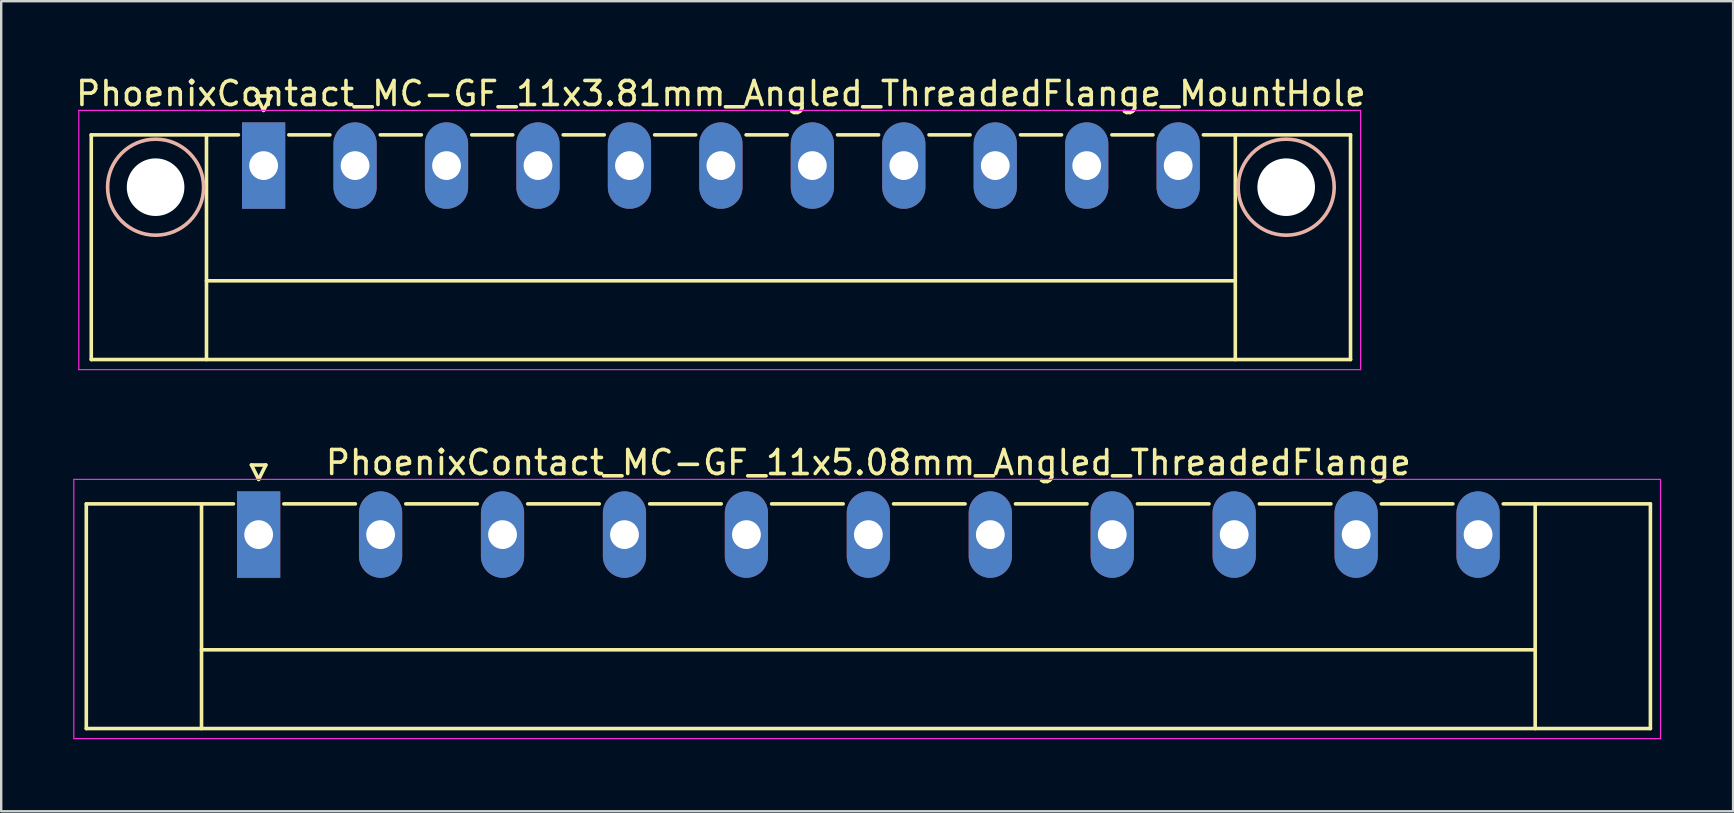
<source format=kicad_pcb>
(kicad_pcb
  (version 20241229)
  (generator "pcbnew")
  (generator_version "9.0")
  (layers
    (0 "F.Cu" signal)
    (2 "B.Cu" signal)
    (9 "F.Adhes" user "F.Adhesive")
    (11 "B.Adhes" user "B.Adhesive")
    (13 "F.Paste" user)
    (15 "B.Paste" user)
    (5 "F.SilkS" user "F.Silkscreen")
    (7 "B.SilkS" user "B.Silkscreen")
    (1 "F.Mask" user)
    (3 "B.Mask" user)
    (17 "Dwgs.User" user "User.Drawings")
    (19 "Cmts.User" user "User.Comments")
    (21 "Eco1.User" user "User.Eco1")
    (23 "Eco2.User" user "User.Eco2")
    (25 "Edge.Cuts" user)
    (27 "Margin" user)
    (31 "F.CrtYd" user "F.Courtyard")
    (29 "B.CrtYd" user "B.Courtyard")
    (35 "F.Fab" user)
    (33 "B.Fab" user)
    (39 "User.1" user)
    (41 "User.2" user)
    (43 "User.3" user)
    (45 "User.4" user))
  (footprint "PhoenixContact_MC-GF_11x3.81mm_Angled_ThreadedFlange_MountHole"
    (layer "F.Cu")
    (at 7.932 3.848)
    (property "Reference" "PhoenixContact_MC-GF_11x3.81mm_Angled_ThreadedFlange_MountHole" (at 19.05 -3 0) (layer "F.SilkS") (effects (font (size 1 1) (thickness 0.15))))
    (attr through_hole)
    (fp_line (start -7.18 -1.28) (end -7.18 8.08) (stroke (width 0.15) (type solid)) (layer "F.SilkS"))
    (fp_line (start -7.18 -1.28) (end -1.05 -1.28) (stroke (width 0.15) (type solid)) (layer "F.SilkS"))
    (fp_line (start -7.18 8.08) (end 45.28 8.08) (stroke (width 0.15) (type solid)) (layer "F.SilkS"))
    (fp_line (start -2.38 -1.28) (end -2.38 8.08) (stroke (width 0.15) (type solid)) (layer "F.SilkS"))
    (fp_line (start -2.38 4.8) (end 40.48 4.8) (stroke (width 0.15) (type solid)) (layer "F.SilkS"))
    (fp_line (start -0.3 -2.9) (end 0 -2.3) (stroke (width 0.15) (type solid)) (layer "F.SilkS"))
    (fp_line (start 0 -2.3) (end 0.3 -2.9) (stroke (width 0.15) (type solid)) (layer "F.SilkS"))
    (fp_line (start 0.3 -2.9) (end -0.3 -2.9) (stroke (width 0.15) (type solid)) (layer "F.SilkS"))
    (fp_line (start 1.05 -1.28) (end 2.76 -1.28) (stroke (width 0.15) (type solid)) (layer "F.SilkS"))
    (fp_line (start 4.86 -1.28) (end 6.57 -1.28) (stroke (width 0.15) (type solid)) (layer "F.SilkS"))
    (fp_line (start 8.67 -1.28) (end 10.38 -1.28) (stroke (width 0.15) (type solid)) (layer "F.SilkS"))
    (fp_line (start 12.48 -1.28) (end 14.19 -1.28) (stroke (width 0.15) (type solid)) (layer "F.SilkS"))
    (fp_line (start 16.29 -1.28) (end 18 -1.28) (stroke (width 0.15) (type solid)) (layer "F.SilkS"))
    (fp_line (start 20.1 -1.28) (end 21.81 -1.28) (stroke (width 0.15) (type solid)) (layer "F.SilkS"))
    (fp_line (start 23.91 -1.28) (end 25.62 -1.28) (stroke (width 0.15) (type solid)) (layer "F.SilkS"))
    (fp_line (start 27.72 -1.28) (end 29.43 -1.28) (stroke (width 0.15) (type solid)) (layer "F.SilkS"))
    (fp_line (start 31.53 -1.28) (end 33.24 -1.28) (stroke (width 0.15) (type solid)) (layer "F.SilkS"))
    (fp_line (start 35.34 -1.28) (end 37.05 -1.28) (stroke (width 0.15) (type solid)) (layer "F.SilkS"))
    (fp_line (start 40.48 -1.28) (end 40.48 8.08) (stroke (width 0.15) (type solid)) (layer "F.SilkS"))
    (fp_line (start 45.28 -1.28) (end 39.15 -1.28) (stroke (width 0.15) (type solid)) (layer "F.SilkS"))
    (fp_line (start 45.28 8.08) (end 45.28 -1.28) (stroke (width 0.15) (type solid)) (layer "F.SilkS"))
    (fp_circle (center -4.5 0.9) (end -2.5 0.9) (stroke (width 0.15) (type solid)) (fill no) (layer "B.SilkS"))
    (fp_circle (center 42.6 0.9) (end 44.6 0.9) (stroke (width 0.15) (type solid)) (fill no) (layer "B.SilkS"))
    (fp_line (start -7.7 -2.3) (end -7.7 8.5) (stroke (width 0.05) (type solid)) (layer "F.CrtYd"))
    (fp_line (start -7.7 8.5) (end 45.7 8.5) (stroke (width 0.05) (type solid)) (layer "F.CrtYd"))
    (fp_line (start 45.7 -2.3) (end -7.7 -2.3) (stroke (width 0.05) (type solid)) (layer "F.CrtYd"))
    (fp_line (start 45.7 8.5) (end 45.7 -2.3) (stroke (width 0.05) (type solid)) (layer "F.CrtYd"))
    (pad "" np_thru_hole circle (at -4.5 0.9) (size 2.4 2.4) (drill 2.4) (layers "*.Cu" "*.Mask"))
    (pad "" np_thru_hole circle (at 42.6 0.9) (size 2.4 2.4) (drill 2.4) (layers "*.Cu" "*.Mask"))
    (pad "1" thru_hole rect (at 0 0) (size 1.8 3.6) (drill 1.2) (layers "*.Cu" "*.Mask"))
    (pad "2" thru_hole oval (at 3.81 0) (size 1.8 3.6) (drill 1.2) (layers "*.Cu" "*.Mask"))
    (pad "3" thru_hole oval (at 7.62 0) (size 1.8 3.6) (drill 1.2) (layers "*.Cu" "*.Mask"))
    (pad "4" thru_hole oval (at 11.43 0) (size 1.8 3.6) (drill 1.2) (layers "*.Cu" "*.Mask"))
    (pad "5" thru_hole oval (at 15.24 0) (size 1.8 3.6) (drill 1.2) (layers "*.Cu" "*.Mask"))
    (pad "6" thru_hole oval (at 19.05 0) (size 1.8 3.6) (drill 1.2) (layers "*.Cu" "*.Mask"))
    (pad "7" thru_hole oval (at 22.86 0) (size 1.8 3.6) (drill 1.2) (layers "*.Cu" "*.Mask"))
    (pad "8" thru_hole oval (at 26.67 0) (size 1.8 3.6) (drill 1.2) (layers "*.Cu" "*.Mask"))
    (pad "9" thru_hole oval (at 30.48 0) (size 1.8 3.6) (drill 1.2) (layers "*.Cu" "*.Mask"))
    (pad "10" thru_hole oval (at 34.29 0) (size 1.8 3.6) (drill 1.2) (layers "*.Cu" "*.Mask"))
    (pad "11" thru_hole oval (at 38.1 0) (size 1.8 3.6) (drill 1.2) (layers "*.Cu" "*.Mask")))
  (footprint "PhoenixContact_MC-GF_11x5.08mm_Angled_ThreadedFlange"
    (layer "F.Cu")
    (at 7.725 19.221)
    (property "Reference" "PhoenixContact_MC-GF_11x5.08mm_Angled_ThreadedFlange" (at 25.4 -3 0) (layer "F.SilkS") (effects (font (size 1 1) (thickness 0.15))))
    (attr through_hole)
    (fp_line (start -7.18 -1.28) (end -7.18 8.08) (stroke (width 0.15) (type solid)) (layer "F.SilkS"))
    (fp_line (start -7.18 -1.28) (end -1.05 -1.28) (stroke (width 0.15) (type solid)) (layer "F.SilkS"))
    (fp_line (start -7.18 8.08) (end 57.98 8.08) (stroke (width 0.15) (type solid)) (layer "F.SilkS"))
    (fp_line (start -2.38 -1.28) (end -2.38 8.08) (stroke (width 0.15) (type solid)) (layer "F.SilkS"))
    (fp_line (start -2.38 4.8) (end 53.18 4.8) (stroke (width 0.15) (type solid)) (layer "F.SilkS"))
    (fp_line (start -0.3 -2.9) (end 0 -2.3) (stroke (width 0.15) (type solid)) (layer "F.SilkS"))
    (fp_line (start 0 -2.3) (end 0.3 -2.9) (stroke (width 0.15) (type solid)) (layer "F.SilkS"))
    (fp_line (start 0.3 -2.9) (end -0.3 -2.9) (stroke (width 0.15) (type solid)) (layer "F.SilkS"))
    (fp_line (start 1.05 -1.28) (end 4.03 -1.28) (stroke (width 0.15) (type solid)) (layer "F.SilkS"))
    (fp_line (start 6.13 -1.28) (end 9.11 -1.28) (stroke (width 0.15) (type solid)) (layer "F.SilkS"))
    (fp_line (start 11.21 -1.28) (end 14.19 -1.28) (stroke (width 0.15) (type solid)) (layer "F.SilkS"))
    (fp_line (start 16.29 -1.28) (end 19.27 -1.28) (stroke (width 0.15) (type solid)) (layer "F.SilkS"))
    (fp_line (start 21.37 -1.28) (end 24.35 -1.28) (stroke (width 0.15) (type solid)) (layer "F.SilkS"))
    (fp_line (start 26.45 -1.28) (end 29.43 -1.28) (stroke (width 0.15) (type solid)) (layer "F.SilkS"))
    (fp_line (start 31.53 -1.28) (end 34.51 -1.28) (stroke (width 0.15) (type solid)) (layer "F.SilkS"))
    (fp_line (start 36.61 -1.28) (end 39.59 -1.28) (stroke (width 0.15) (type solid)) (layer "F.SilkS"))
    (fp_line (start 41.69 -1.28) (end 44.67 -1.28) (stroke (width 0.15) (type solid)) (layer "F.SilkS"))
    (fp_line (start 46.77 -1.28) (end 49.75 -1.28) (stroke (width 0.15) (type solid)) (layer "F.SilkS"))
    (fp_line (start 53.18 -1.28) (end 53.18 8.08) (stroke (width 0.15) (type solid)) (layer "F.SilkS"))
    (fp_line (start 57.98 -1.28) (end 51.85 -1.28) (stroke (width 0.15) (type solid)) (layer "F.SilkS"))
    (fp_line (start 57.98 8.08) (end 57.98 -1.28) (stroke (width 0.15) (type solid)) (layer "F.SilkS"))
    (fp_line (start -7.7 -2.3) (end -7.7 8.5) (stroke (width 0.05) (type solid)) (layer "F.CrtYd"))
    (fp_line (start -7.7 8.5) (end 58.4 8.5) (stroke (width 0.05) (type solid)) (layer "F.CrtYd"))
    (fp_line (start 58.4 -2.3) (end -7.7 -2.3) (stroke (width 0.05) (type solid)) (layer "F.CrtYd"))
    (fp_line (start 58.4 8.5) (end 58.4 -2.3) (stroke (width 0.05) (type solid)) (layer "F.CrtYd"))
    (pad "1" thru_hole rect (at 0 0) (size 1.8 3.6) (drill 1.2) (layers "*.Cu" "*.Mask"))
    (pad "2" thru_hole oval (at 5.08 0) (size 1.8 3.6) (drill 1.2) (layers "*.Cu" "*.Mask"))
    (pad "3" thru_hole oval (at 10.16 0) (size 1.8 3.6) (drill 1.2) (layers "*.Cu" "*.Mask"))
    (pad "4" thru_hole oval (at 15.24 0) (size 1.8 3.6) (drill 1.2) (layers "*.Cu" "*.Mask"))
    (pad "5" thru_hole oval (at 20.32 0) (size 1.8 3.6) (drill 1.2) (layers "*.Cu" "*.Mask"))
    (pad "6" thru_hole oval (at 25.4 0) (size 1.8 3.6) (drill 1.2) (layers "*.Cu" "*.Mask"))
    (pad "7" thru_hole oval (at 30.48 0) (size 1.8 3.6) (drill 1.2) (layers "*.Cu" "*.Mask"))
    (pad "8" thru_hole oval (at 35.56 0) (size 1.8 3.6) (drill 1.2) (layers "*.Cu" "*.Mask"))
    (pad "9" thru_hole oval (at 40.64 0) (size 1.8 3.6) (drill 1.2) (layers "*.Cu" "*.Mask"))
    (pad "10" thru_hole oval (at 45.72 0) (size 1.8 3.6) (drill 1.2) (layers "*.Cu" "*.Mask"))
    (pad "11" thru_hole oval (at 50.8 0) (size 1.8 3.6) (drill 1.2) (layers "*.Cu" "*.Mask")))
  (gr_rect
    (start -3 -3)
    (end 69.15 30.747)
    (stroke (width 0.1) (type default))
    (fill no)
    (layer "Edge.Cuts")))
</source>
